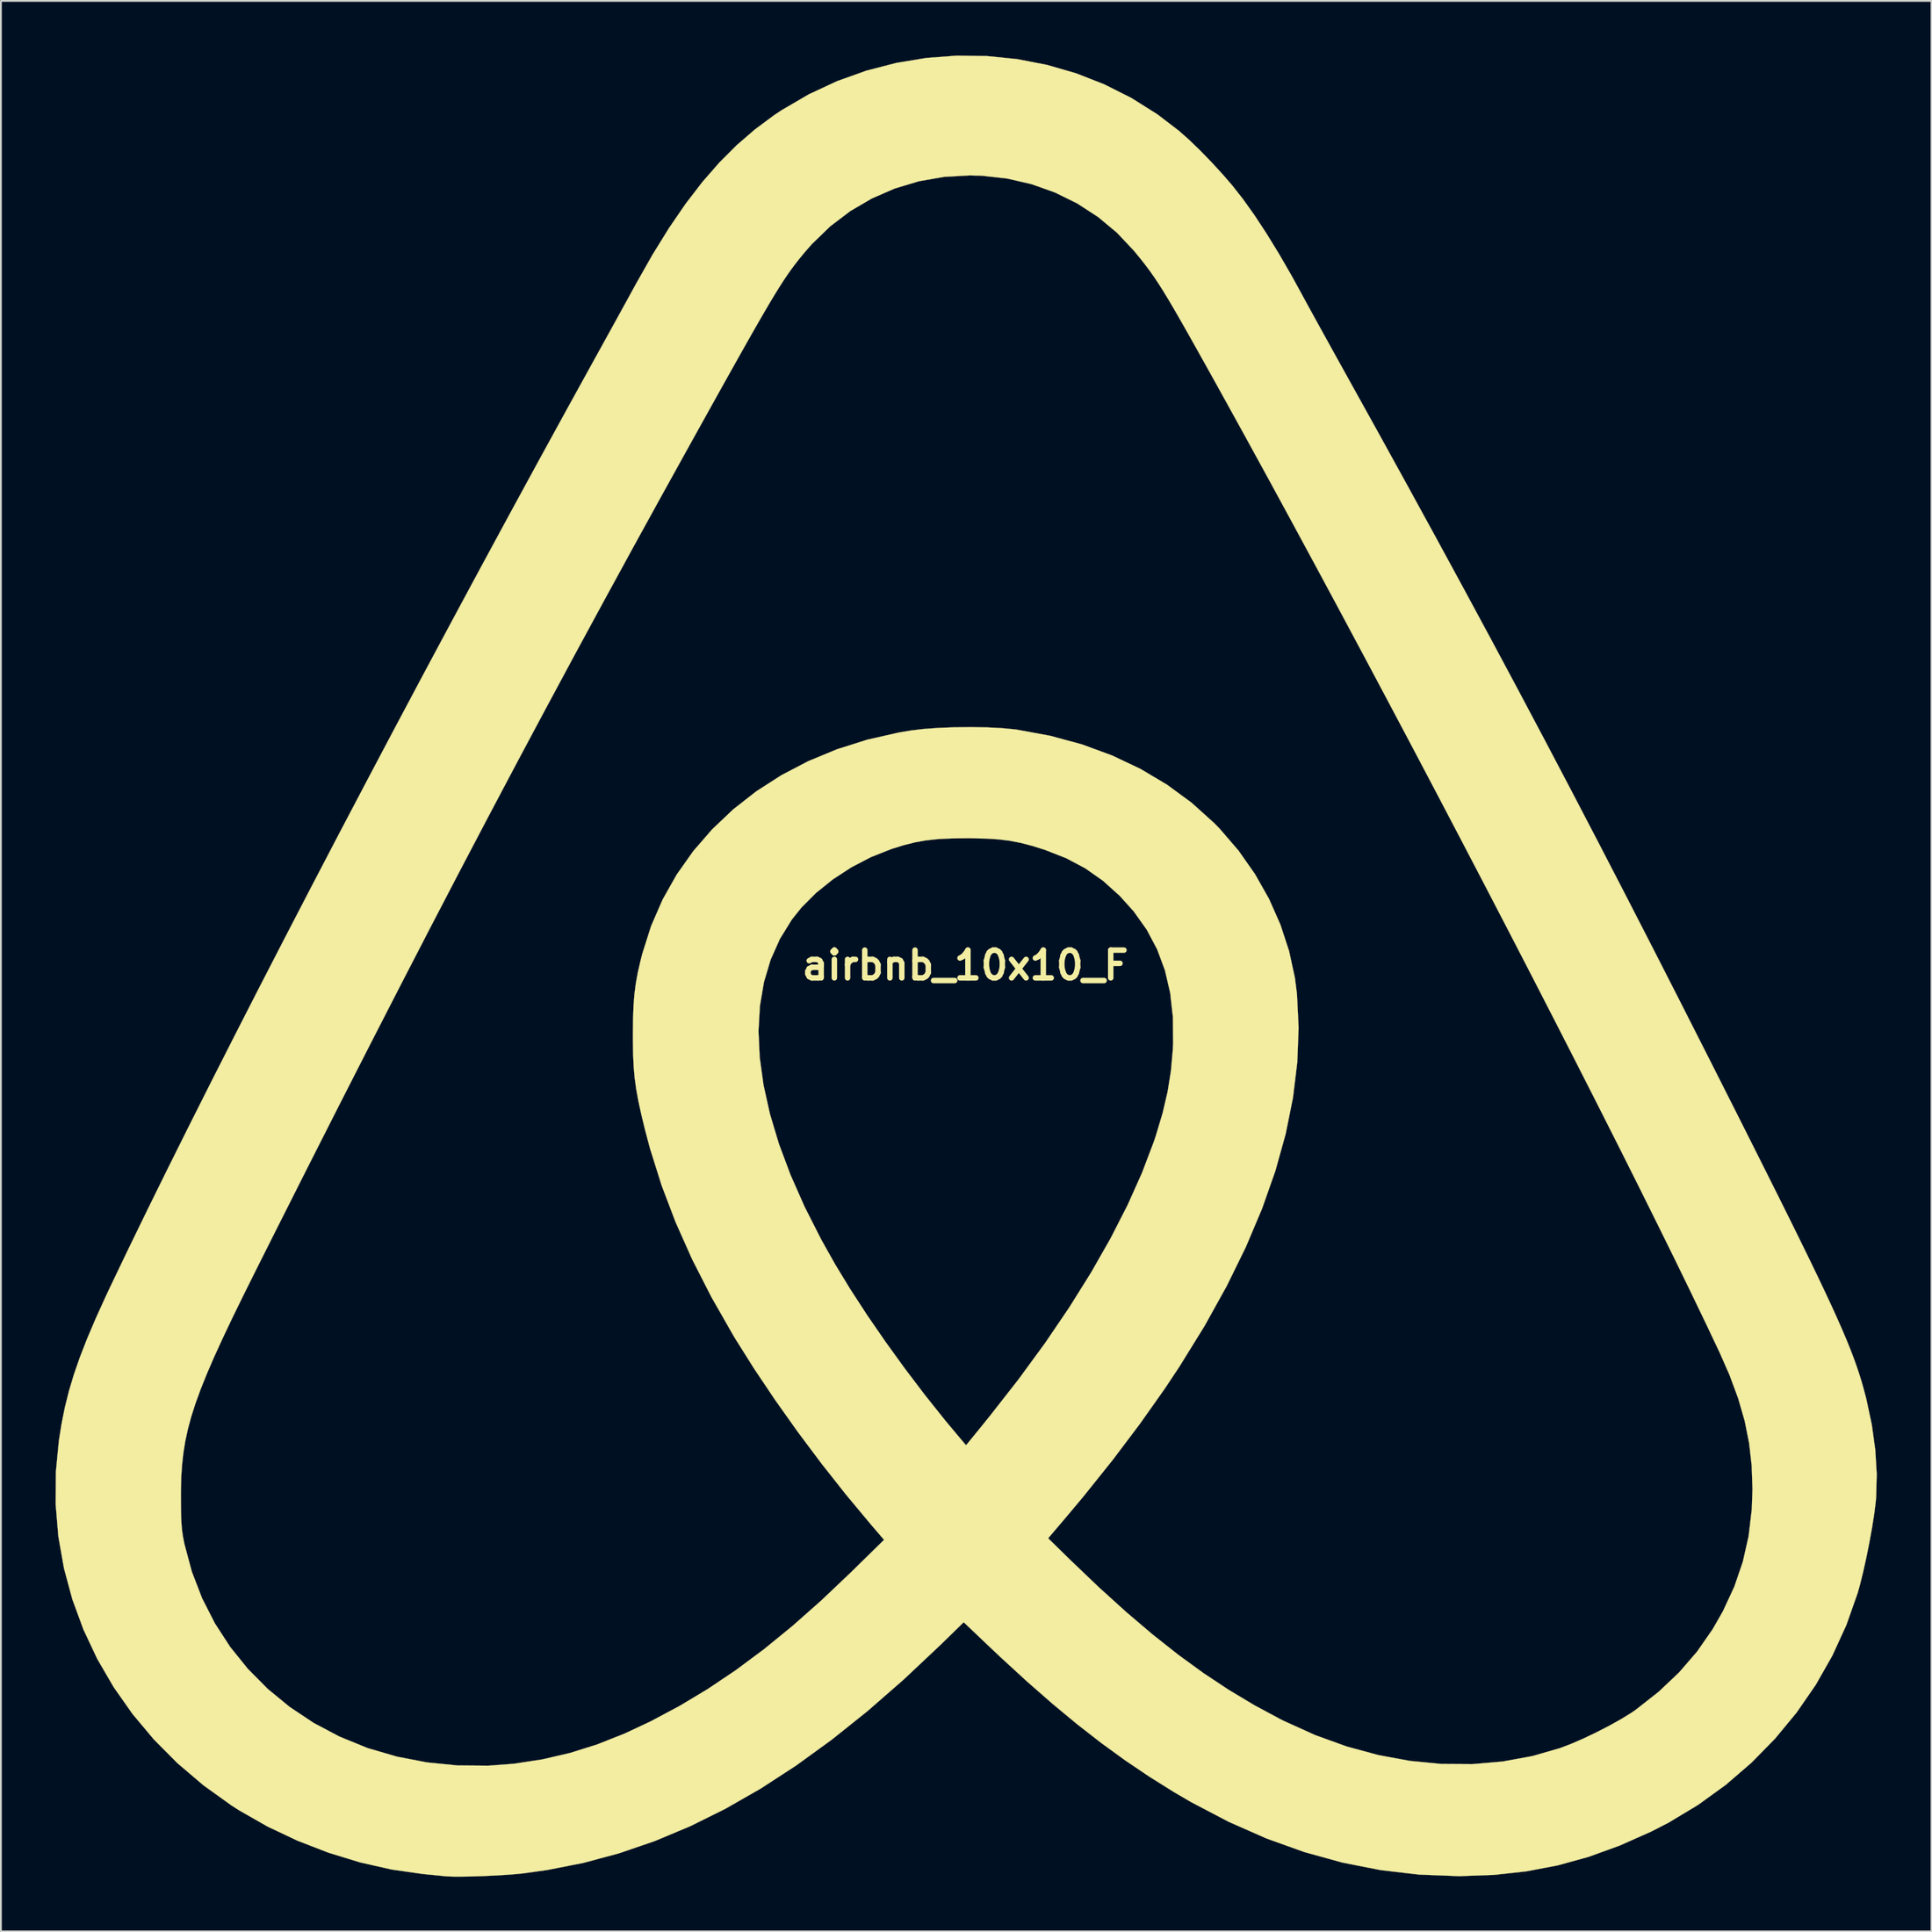
<source format=kicad_pcb>
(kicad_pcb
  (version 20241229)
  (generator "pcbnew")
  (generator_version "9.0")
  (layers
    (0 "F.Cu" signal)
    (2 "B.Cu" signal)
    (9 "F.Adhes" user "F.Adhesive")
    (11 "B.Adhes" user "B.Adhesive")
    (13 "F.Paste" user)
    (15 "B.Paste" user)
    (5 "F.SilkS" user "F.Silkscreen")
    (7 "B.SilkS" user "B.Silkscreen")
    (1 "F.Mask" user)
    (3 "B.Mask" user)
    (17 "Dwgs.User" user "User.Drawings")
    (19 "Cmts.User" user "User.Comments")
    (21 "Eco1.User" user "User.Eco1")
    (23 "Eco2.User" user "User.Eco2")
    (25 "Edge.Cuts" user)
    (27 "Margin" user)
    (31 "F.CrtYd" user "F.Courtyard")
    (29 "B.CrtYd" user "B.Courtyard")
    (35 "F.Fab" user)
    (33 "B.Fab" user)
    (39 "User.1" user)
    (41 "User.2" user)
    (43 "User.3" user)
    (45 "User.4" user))
  (footprint "airbnb_10x10_F"
    (layer "F.Cu")
    (at 49.92 49.923)
    (property "Reference" "airbnb_10x10_F" (at 0 0 0) (layer "F.SilkS") (effects (font (size 1.524 1.524) (thickness 0.3))))
    (attr through_hole)
    (fp_poly (pts (xy 1.194 -49.896) (xy 2.848 -49.728) (xy 4.479 -49.413) (xy 6.075 -48.952) (xy 7.625 -48.345) (xy 9.117 -47.595) (xy 10.54 -46.7) (xy 11.726 -45.793) (xy 12.279 -45.303) (xy 12.894 -44.709) (xy 13.537 -44.046) (xy 14.175 -43.348) (xy 14.648 -42.799) (xy 15.235 -42.053) (xy 15.867 -41.167) (xy 16.53 -40.158) (xy 17.213 -39.046) (xy 17.904 -37.849) (xy 18.371 -36.999) (xy 18.568 -36.637) (xy 18.833 -36.151) (xy 19.155 -35.565) (xy 19.52 -34.902) (xy 19.916 -34.186) (xy 20.328 -33.441) (xy 20.744 -32.691) (xy 20.914 -32.385) (xy 22.612 -29.325) (xy 24.242 -26.369) (xy 25.816 -23.495) (xy 27.345 -20.683) (xy 28.84 -17.913) (xy 30.311 -15.164) (xy 31.77 -12.414) (xy 33.228 -9.643) (xy 34.695 -6.831) (xy 36.183 -3.956) (xy 37.703 -0.998) (xy 39.265 2.063) (xy 40.881 5.25) (xy 41.608 6.689) (xy 42.489 8.435) (xy 43.295 10.039) (xy 44.032 11.508) (xy 44.703 12.851) (xy 45.311 14.074) (xy 45.86 15.188) (xy 46.354 16.198) (xy 46.795 17.113) (xy 47.189 17.942) (xy 47.539 18.692) (xy 47.848 19.372) (xy 48.119 19.988) (xy 48.358 20.55) (xy 48.566 21.065) (xy 48.749 21.541) (xy 48.909 21.986) (xy 49.051 22.408) (xy 49.177 22.816) (xy 49.292 23.217) (xy 49.399 23.618) (xy 49.443 23.791) (xy 49.744 25.198) (xy 49.936 26.586) (xy 50.017 27.923) (xy 49.984 29.177) (xy 49.959 29.463) (xy 49.878 30.107) (xy 49.759 30.86) (xy 49.612 31.675) (xy 49.445 32.502) (xy 49.269 33.295) (xy 49.093 34.004) (xy 48.965 34.459) (xy 48.35 36.201) (xy 47.583 37.877) (xy 46.672 39.479) (xy 45.624 40.998) (xy 44.446 42.425) (xy 43.147 43.752) (xy 41.733 44.971) (xy 40.212 46.071) (xy 38.593 47.046) (xy 37.634 47.538) (xy 35.906 48.306) (xy 34.208 48.921) (xy 32.511 49.39) (xy 30.788 49.718) (xy 29.012 49.913) (xy 27.155 49.98) (xy 27.051 49.98) (xy 24.913 49.897) (xy 22.795 49.65) (xy 20.693 49.237) (xy 18.605 48.659) (xy 16.528 47.914) (xy 14.46 47.002) (xy 12.397 45.921) (xy 11.439 45.361) (xy 10.098 44.521) (xy 8.782 43.632) (xy 7.472 42.681) (xy 6.149 41.652) (xy 4.797 40.532) (xy 3.396 39.306) (xy 1.929 37.96) (xy 1.237 37.306) (xy -0.086 36.046) (xy -1.377 37.306) (xy -3.39 39.201) (xy -5.377 40.934) (xy -7.343 42.505) (xy -9.293 43.919) (xy -11.232 45.179) (xy -13.167 46.286) (xy -15.102 47.245) (xy -17.042 48.057) (xy -18.993 48.726) (xy -20.96 49.255) (xy -22.948 49.646) (xy -24.257 49.829) (xy -24.72 49.875) (xy -25.275 49.916) (xy -25.883 49.951) (xy -26.509 49.979) (xy -27.117 49.999) (xy -27.669 50.008) (xy -28.13 50.006) (xy -28.463 49.991) (xy -28.49 49.989) (xy -28.717 49.967) (xy -29.059 49.933) (xy -29.465 49.893) (xy -29.76 49.864) (xy -31.469 49.62) (xy -33.206 49.228) (xy -34.941 48.696) (xy -36.644 48.037) (xy -38.287 47.26) (xy -39.84 46.375) (xy -40.259 46.107) (xy -41.806 44.997) (xy -43.231 43.783) (xy -44.531 42.474) (xy -45.7 41.079) (xy -46.735 39.604) (xy -47.633 38.06) (xy -48.389 36.453) (xy -48.999 34.793) (xy -49.459 33.089) (xy -49.766 31.347) (xy -49.915 29.577) (xy -49.912 29.125) (xy -43.044 29.125) (xy -43.04 29.763) (xy -43.03 30.269) (xy -43.01 30.678) (xy -42.977 31.027) (xy -42.929 31.354) (xy -42.864 31.694) (xy -42.852 31.75) (xy -42.442 33.276) (xy -41.881 34.732) (xy -41.177 36.112) (xy -40.337 37.407) (xy -39.367 38.609) (xy -38.276 39.709) (xy -37.07 40.7) (xy -35.758 41.574) (xy -34.345 42.322) (xy -32.84 42.937) (xy -32.766 42.963) (xy -31.187 43.424) (xy -29.545 43.74) (xy -27.867 43.907) (xy -26.181 43.922) (xy -24.77 43.814) (xy -23.213 43.576) (xy -21.7 43.225) (xy -20.199 42.754) (xy -18.678 42.151) (xy -17.266 41.488) (xy -15.679 40.642) (xy -14.123 39.707) (xy -12.583 38.672) (xy -11.042 37.526) (xy -9.487 36.257) (xy -7.901 34.854) (xy -6.269 33.305) (xy -6.188 33.225) (xy -4.457 31.526) (xy -5.213 30.643) (xy -6.559 29.027) (xy -7.893 27.336) (xy -9.191 25.602) (xy -10.428 23.859) (xy -11.58 22.143) (xy -12.621 20.488) (xy -12.726 20.314) (xy -13.932 18.201) (xy -14.987 16.133) (xy -15.895 14.096) (xy -16.664 12.074) (xy -17.299 10.054) (xy -17.56 9.074) (xy -17.769 8.216) (xy -17.932 7.477) (xy -18.053 6.816) (xy -18.14 6.19) (xy -18.196 5.559) (xy -18.227 4.88) (xy -18.238 4.112) (xy -18.239 3.768) (xy -18.237 3.605) (xy -11.347 3.605) (xy -11.281 5.054) (xy -11.072 6.57) (xy -10.721 8.151) (xy -10.228 9.794) (xy -9.593 11.494) (xy -8.817 13.25) (xy -7.9 15.057) (xy -7.146 16.401) (xy -6.325 17.751) (xy -5.398 19.177) (xy -4.388 20.645) (xy -3.319 22.124) (xy -2.214 23.58) (xy -1.097 24.981) (xy -0.303 25.931) (xy 0.042 26.336) (xy 0.212 26.132) (xy 0.318 26.002) (xy 0.511 25.766) (xy 0.769 25.448) (xy 1.071 25.075) (xy 1.364 24.712) (xy 2.933 22.706) (xy 4.384 20.722) (xy 5.711 18.767) (xy 6.911 16.848) (xy 7.978 14.974) (xy 8.909 13.152) (xy 9.698 11.39) (xy 10.342 9.695) (xy 10.456 9.356) (xy 10.83 8.109) (xy 11.103 6.939) (xy 11.287 5.793) (xy 11.39 4.62) (xy 11.406 4.264) (xy 11.394 2.841) (xy 11.246 1.516) (xy 10.96 0.281) (xy 10.532 -0.873) (xy 9.961 -1.951) (xy 9.243 -2.962) (xy 8.472 -3.817) (xy 7.56 -4.638) (xy 6.591 -5.32) (xy 5.536 -5.88) (xy 4.363 -6.339) (xy 4.36 -6.34) (xy 3.669 -6.557) (xy 3.041 -6.721) (xy 2.433 -6.838) (xy 1.8 -6.915) (xy 1.097 -6.958) (xy 0.281 -6.975) (xy 0.085 -6.975) (xy -0.771 -6.965) (xy -1.503 -6.928) (xy -2.152 -6.858) (xy -2.763 -6.749) (xy -3.378 -6.594) (xy -4.042 -6.388) (xy -4.064 -6.381) (xy -5.177 -5.939) (xy -6.252 -5.379) (xy -7.264 -4.719) (xy -8.184 -3.979) (xy -8.985 -3.178) (xy -9.52 -2.509) (xy -10.174 -1.448) (xy -10.684 -0.302) (xy -11.049 0.924) (xy -11.27 2.227) (xy -11.347 3.605) (xy -18.237 3.605) (xy -18.23 2.927) (xy -18.203 2.211) (xy -18.154 1.579) (xy -18.077 0.986) (xy -17.968 0.39) (xy -17.82 -0.252) (xy -17.723 -0.635) (xy -17.239 -2.16) (xy -16.607 -3.611) (xy -15.834 -4.982) (xy -14.927 -6.266) (xy -13.892 -7.46) (xy -12.737 -8.556) (xy -11.468 -9.549) (xy -10.092 -10.433) (xy -8.616 -11.204) (xy -7.046 -11.854) (xy -5.39 -12.379) (xy -3.654 -12.773) (xy -3.006 -12.883) (xy -2.305 -12.967) (xy -1.489 -13.027) (xy -0.604 -13.062) (xy 0.305 -13.072) (xy 1.192 -13.057) (xy 2.012 -13.015) (xy 2.719 -12.947) (xy 2.839 -12.931) (xy 4.664 -12.595) (xy 6.406 -12.123) (xy 8.059 -11.515) (xy 9.617 -10.777) (xy 11.074 -9.91) (xy 12.424 -8.918) (xy 13.66 -7.804) (xy 13.971 -7.485) (xy 14.998 -6.29) (xy 15.898 -5.006) (xy 16.666 -3.65) (xy 17.291 -2.238) (xy 17.768 -0.787) (xy 18.088 0.687) (xy 18.2 1.566) (xy 18.291 3.424) (xy 18.218 5.324) (xy 17.982 7.266) (xy 17.581 9.251) (xy 17.017 11.277) (xy 16.289 13.345) (xy 15.397 15.455) (xy 14.342 17.607) (xy 13.124 19.8) (xy 11.741 22.035) (xy 10.939 23.241) (xy 9.576 25.17) (xy 8.085 27.147) (xy 6.489 29.14) (xy 5.549 30.262) (xy 4.547 31.441) (xy 5.766 32.634) (xy 7.333 34.132) (xy 8.835 35.492) (xy 10.284 36.724) (xy 11.696 37.84) (xy 13.084 38.849) (xy 14.462 39.762) (xy 15.845 40.591) (xy 17.248 41.346) (xy 17.484 41.465) (xy 19.196 42.24) (xy 20.925 42.865) (xy 22.662 43.337) (xy 24.396 43.657) (xy 26.119 43.824) (xy 27.821 43.836) (xy 29.49 43.692) (xy 31.119 43.393) (xy 32.631 42.958) (xy 33.227 42.732) (xy 33.903 42.439) (xy 34.614 42.1) (xy 35.319 41.738) (xy 35.973 41.374) (xy 36.534 41.03) (xy 36.788 40.856) (xy 38.057 39.859) (xy 39.176 38.798) (xy 40.157 37.661) (xy 41.012 36.433) (xy 41.575 35.447) (xy 42.2 34.102) (xy 42.668 32.735) (xy 42.987 31.326) (xy 43.161 29.853) (xy 43.199 28.744) (xy 43.156 27.461) (xy 43.016 26.225) (xy 42.772 25.003) (xy 42.415 23.767) (xy 41.94 22.484) (xy 41.398 21.251) (xy 40.658 19.688) (xy 39.84 17.987) (xy 38.95 16.159) (xy 37.992 14.215) (xy 36.973 12.164) (xy 35.898 10.018) (xy 34.771 7.786) (xy 33.599 5.479) (xy 32.386 3.106) (xy 31.139 0.679) (xy 29.862 -1.792) (xy 28.561 -4.297) (xy 27.241 -6.826) (xy 25.907 -9.369) (xy 24.566 -11.914) (xy 23.221 -14.452) (xy 21.88 -16.973) (xy 20.546 -19.466) (xy 19.226 -21.921) (xy 17.925 -24.327) (xy 16.648 -26.675) (xy 15.4 -28.953) (xy 14.187 -31.152) (xy 13.314 -32.724) (xy 12.757 -33.721) (xy 12.273 -34.584) (xy 11.851 -35.328) (xy 11.483 -35.967) (xy 11.16 -36.516) (xy 10.872 -36.99) (xy 10.61 -37.403) (xy 10.366 -37.77) (xy 10.129 -38.105) (xy 9.891 -38.424) (xy 9.643 -38.741) (xy 9.375 -39.069) (xy 9.256 -39.213) (xy 8.323 -40.204) (xy 7.282 -41.07) (xy 6.146 -41.807) (xy 4.928 -42.408) (xy 3.642 -42.866) (xy 2.3 -43.176) (xy 0.916 -43.331) (xy 0.254 -43.349) (xy -1.169 -43.268) (xy -2.546 -43.027) (xy -3.869 -42.63) (xy -5.127 -42.083) (xy -6.311 -41.39) (xy -7.41 -40.555) (xy -8.416 -39.582) (xy -8.798 -39.146) (xy -9.004 -38.897) (xy -9.199 -38.655) (xy -9.388 -38.411) (xy -9.578 -38.154) (xy -9.773 -37.876) (xy -9.981 -37.566) (xy -10.205 -37.216) (xy -10.453 -36.816) (xy -10.73 -36.356) (xy -11.041 -35.826) (xy -11.392 -35.218) (xy -11.79 -34.521) (xy -12.239 -33.727) (xy -12.745 -32.825) (xy -13.315 -31.806) (xy -13.953 -30.661) (xy -14.666 -29.379) (xy -14.878 -28.998) (xy -16.567 -25.949) (xy -18.218 -22.95) (xy -19.838 -19.984) (xy -21.435 -17.039) (xy -23.017 -14.097) (xy -24.593 -11.145) (xy -26.169 -8.167) (xy -27.754 -5.148) (xy -29.356 -2.073) (xy -30.982 1.073) (xy -32.641 4.305) (xy -34.341 7.638) (xy -36.089 11.087) (xy -37.894 14.668) (xy -38.925 16.722) (xy -39.611 18.101) (xy -40.22 19.346) (xy -40.754 20.471) (xy -41.219 21.488) (xy -41.619 22.413) (xy -41.958 23.257) (xy -42.242 24.036) (xy -42.475 24.761) (xy -42.66 25.448) (xy -42.803 26.109) (xy -42.908 26.758) (xy -42.98 27.409) (xy -43.024 28.075) (xy -43.042 28.77) (xy -43.044 29.125) (xy -49.912 29.125) (xy -49.902 27.787) (xy -49.739 26.094) (xy -49.592 25.161) (xy -49.41 24.259) (xy -49.187 23.364) (xy -48.915 22.454) (xy -48.585 21.505) (xy -48.191 20.494) (xy -47.725 19.398) (xy -47.178 18.194) (xy -46.887 17.574) (xy -45.941 15.6) (xy -44.914 13.489) (xy -43.812 11.252) (xy -42.64 8.899) (xy -41.403 6.44) (xy -40.106 3.884) (xy -38.755 1.242) (xy -37.354 -1.476) (xy -35.909 -4.261) (xy -34.426 -7.102) (xy -32.908 -9.989) (xy -31.362 -12.914) (xy -29.792 -15.865) (xy -28.204 -18.832) (xy -26.603 -21.807) (xy -24.994 -24.778) (xy -23.383 -27.736) (xy -21.774 -30.67) (xy -20.35 -33.253) (xy -19.963 -33.953) (xy -19.57 -34.665) (xy -19.185 -35.362) (xy -18.826 -36.016) (xy -18.505 -36.599) (xy -18.24 -37.083) (xy -18.08 -37.376) (xy -17.16 -39) (xy -16.252 -40.467) (xy -15.345 -41.79) (xy -14.431 -42.98) (xy -13.498 -44.049) (xy -12.539 -45.009) (xy -11.541 -45.871) (xy -10.497 -46.647) (xy -10.075 -46.928) (xy -8.579 -47.801) (xy -7.026 -48.523) (xy -5.427 -49.095) (xy -3.794 -49.518) (xy -2.139 -49.792) (xy -0.472 -49.918) (xy 1.194 -49.896)) (stroke (width 0.01) (type solid)) (fill yes) (layer "F.SilkS")))
  (gr_rect
    (start -3 -3)
    (end 102.942 102.936)
    (stroke (width 0.1) (type default))
    (fill no)
    (layer "Edge.Cuts")))
</source>
